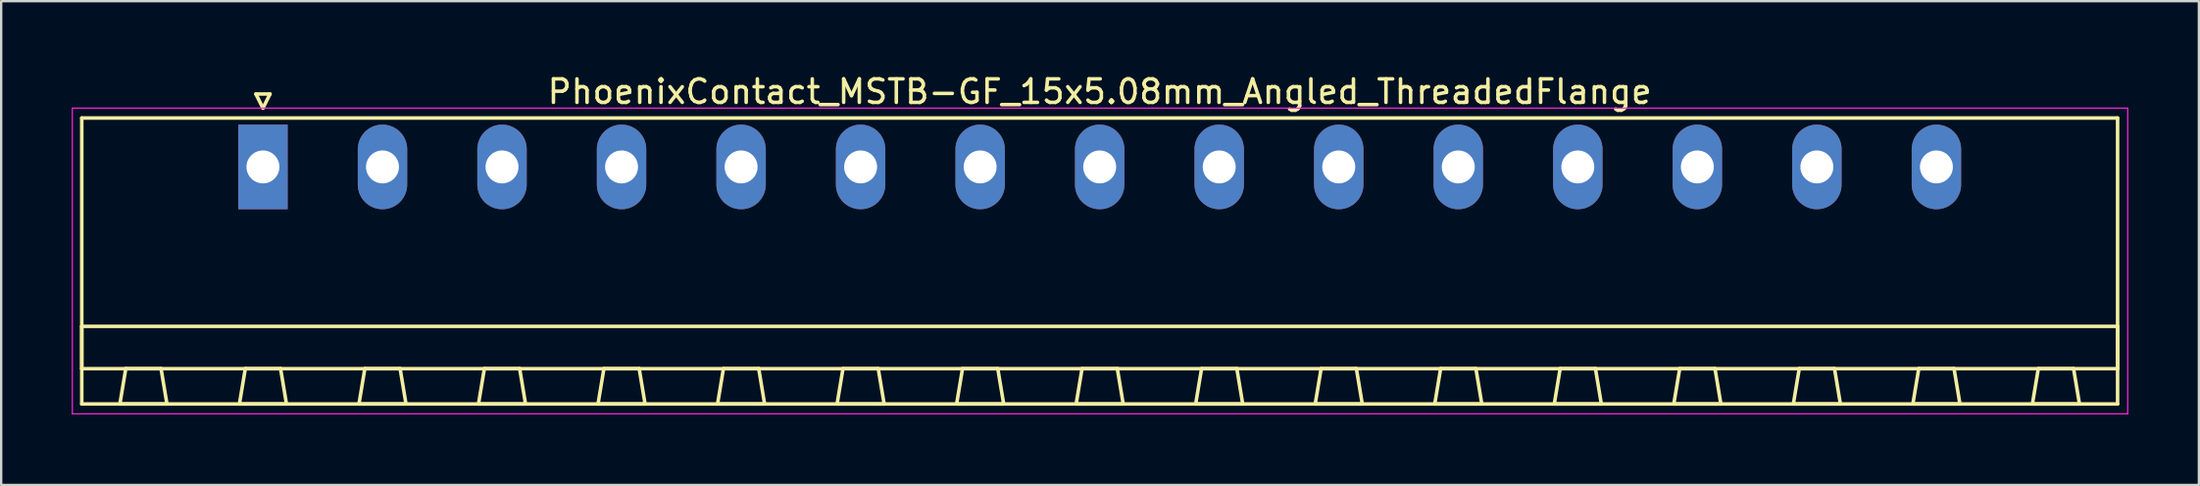
<source format=kicad_pcb>
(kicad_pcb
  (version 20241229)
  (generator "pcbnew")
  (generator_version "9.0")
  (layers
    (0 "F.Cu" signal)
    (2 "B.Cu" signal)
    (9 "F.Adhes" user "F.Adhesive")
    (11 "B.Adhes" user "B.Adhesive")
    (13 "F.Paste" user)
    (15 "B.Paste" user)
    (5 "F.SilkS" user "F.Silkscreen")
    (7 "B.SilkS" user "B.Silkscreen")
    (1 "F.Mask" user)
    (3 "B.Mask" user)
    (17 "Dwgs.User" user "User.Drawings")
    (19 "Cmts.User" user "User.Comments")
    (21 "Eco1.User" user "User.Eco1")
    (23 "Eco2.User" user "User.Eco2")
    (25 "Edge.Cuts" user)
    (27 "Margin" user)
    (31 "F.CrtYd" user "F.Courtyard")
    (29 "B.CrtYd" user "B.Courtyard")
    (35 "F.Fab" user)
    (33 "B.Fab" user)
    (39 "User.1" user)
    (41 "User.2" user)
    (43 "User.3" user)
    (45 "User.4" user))
  (footprint "PhoenixContact_MSTB-GF_15x5.08mm_Angled_ThreadedFlange"
    (layer "F.Cu")
    (at 8.125 4.048)
    (property "Reference" "PhoenixContact_MSTB-GF_15x5.08mm_Angled_ThreadedFlange" (at 35.56 -3.2 0) (layer "F.SilkS") (effects (font (size 1 1) (thickness 0.15))))
    (attr through_hole)
    (fp_line (start -7.7 -2.08) (end -7.7 10.08) (stroke (width 0.15) (type solid)) (layer "F.SilkS"))
    (fp_line (start -7.7 6.78) (end 78.82 6.78) (stroke (width 0.15) (type solid)) (layer "F.SilkS"))
    (fp_line (start -7.7 8.58) (end -7.7 6.78) (stroke (width 0.15) (type solid)) (layer "F.SilkS"))
    (fp_line (start -7.7 10.08) (end 78.82 10.08) (stroke (width 0.15) (type solid)) (layer "F.SilkS"))
    (fp_line (start -6.08 10.08) (end -4.08 10.08) (stroke (width 0.15) (type solid)) (layer "F.SilkS"))
    (fp_line (start -5.83 8.58) (end -6.08 10.08) (stroke (width 0.15) (type solid)) (layer "F.SilkS"))
    (fp_line (start -4.33 8.58) (end -5.83 8.58) (stroke (width 0.15) (type solid)) (layer "F.SilkS"))
    (fp_line (start -4.08 10.08) (end -4.33 8.58) (stroke (width 0.15) (type solid)) (layer "F.SilkS"))
    (fp_line (start -1 10.08) (end 1 10.08) (stroke (width 0.15) (type solid)) (layer "F.SilkS"))
    (fp_line (start -0.75 8.58) (end -1 10.08) (stroke (width 0.15) (type solid)) (layer "F.SilkS"))
    (fp_line (start -0.3 -3.1) (end 0 -2.5) (stroke (width 0.15) (type solid)) (layer "F.SilkS"))
    (fp_line (start 0 -2.5) (end 0.3 -3.1) (stroke (width 0.15) (type solid)) (layer "F.SilkS"))
    (fp_line (start 0.3 -3.1) (end -0.3 -3.1) (stroke (width 0.15) (type solid)) (layer "F.SilkS"))
    (fp_line (start 0.75 8.58) (end -0.75 8.58) (stroke (width 0.15) (type solid)) (layer "F.SilkS"))
    (fp_line (start 1 10.08) (end 0.75 8.58) (stroke (width 0.15) (type solid)) (layer "F.SilkS"))
    (fp_line (start 4.08 10.08) (end 6.08 10.08) (stroke (width 0.15) (type solid)) (layer "F.SilkS"))
    (fp_line (start 4.33 8.58) (end 4.08 10.08) (stroke (width 0.15) (type solid)) (layer "F.SilkS"))
    (fp_line (start 5.83 8.58) (end 4.33 8.58) (stroke (width 0.15) (type solid)) (layer "F.SilkS"))
    (fp_line (start 6.08 10.08) (end 5.83 8.58) (stroke (width 0.15) (type solid)) (layer "F.SilkS"))
    (fp_line (start 9.16 10.08) (end 11.16 10.08) (stroke (width 0.15) (type solid)) (layer "F.SilkS"))
    (fp_line (start 9.41 8.58) (end 9.16 10.08) (stroke (width 0.15) (type solid)) (layer "F.SilkS"))
    (fp_line (start 10.91 8.58) (end 9.41 8.58) (stroke (width 0.15) (type solid)) (layer "F.SilkS"))
    (fp_line (start 11.16 10.08) (end 10.91 8.58) (stroke (width 0.15) (type solid)) (layer "F.SilkS"))
    (fp_line (start 14.24 10.08) (end 16.24 10.08) (stroke (width 0.15) (type solid)) (layer "F.SilkS"))
    (fp_line (start 14.49 8.58) (end 14.24 10.08) (stroke (width 0.15) (type solid)) (layer "F.SilkS"))
    (fp_line (start 15.99 8.58) (end 14.49 8.58) (stroke (width 0.15) (type solid)) (layer "F.SilkS"))
    (fp_line (start 16.24 10.08) (end 15.99 8.58) (stroke (width 0.15) (type solid)) (layer "F.SilkS"))
    (fp_line (start 19.32 10.08) (end 21.32 10.08) (stroke (width 0.15) (type solid)) (layer "F.SilkS"))
    (fp_line (start 19.57 8.58) (end 19.32 10.08) (stroke (width 0.15) (type solid)) (layer "F.SilkS"))
    (fp_line (start 21.07 8.58) (end 19.57 8.58) (stroke (width 0.15) (type solid)) (layer "F.SilkS"))
    (fp_line (start 21.32 10.08) (end 21.07 8.58) (stroke (width 0.15) (type solid)) (layer "F.SilkS"))
    (fp_line (start 24.4 10.08) (end 26.4 10.08) (stroke (width 0.15) (type solid)) (layer "F.SilkS"))
    (fp_line (start 24.65 8.58) (end 24.4 10.08) (stroke (width 0.15) (type solid)) (layer "F.SilkS"))
    (fp_line (start 26.15 8.58) (end 24.65 8.58) (stroke (width 0.15) (type solid)) (layer "F.SilkS"))
    (fp_line (start 26.4 10.08) (end 26.15 8.58) (stroke (width 0.15) (type solid)) (layer "F.SilkS"))
    (fp_line (start 29.48 10.08) (end 31.48 10.08) (stroke (width 0.15) (type solid)) (layer "F.SilkS"))
    (fp_line (start 29.73 8.58) (end 29.48 10.08) (stroke (width 0.15) (type solid)) (layer "F.SilkS"))
    (fp_line (start 31.23 8.58) (end 29.73 8.58) (stroke (width 0.15) (type solid)) (layer "F.SilkS"))
    (fp_line (start 31.48 10.08) (end 31.23 8.58) (stroke (width 0.15) (type solid)) (layer "F.SilkS"))
    (fp_line (start 34.56 10.08) (end 36.56 10.08) (stroke (width 0.15) (type solid)) (layer "F.SilkS"))
    (fp_line (start 34.81 8.58) (end 34.56 10.08) (stroke (width 0.15) (type solid)) (layer "F.SilkS"))
    (fp_line (start 36.31 8.58) (end 34.81 8.58) (stroke (width 0.15) (type solid)) (layer "F.SilkS"))
    (fp_line (start 36.56 10.08) (end 36.31 8.58) (stroke (width 0.15) (type solid)) (layer "F.SilkS"))
    (fp_line (start 39.64 10.08) (end 41.64 10.08) (stroke (width 0.15) (type solid)) (layer "F.SilkS"))
    (fp_line (start 39.89 8.58) (end 39.64 10.08) (stroke (width 0.15) (type solid)) (layer "F.SilkS"))
    (fp_line (start 41.39 8.58) (end 39.89 8.58) (stroke (width 0.15) (type solid)) (layer "F.SilkS"))
    (fp_line (start 41.64 10.08) (end 41.39 8.58) (stroke (width 0.15) (type solid)) (layer "F.SilkS"))
    (fp_line (start 44.72 10.08) (end 46.72 10.08) (stroke (width 0.15) (type solid)) (layer "F.SilkS"))
    (fp_line (start 44.97 8.58) (end 44.72 10.08) (stroke (width 0.15) (type solid)) (layer "F.SilkS"))
    (fp_line (start 46.47 8.58) (end 44.97 8.58) (stroke (width 0.15) (type solid)) (layer "F.SilkS"))
    (fp_line (start 46.72 10.08) (end 46.47 8.58) (stroke (width 0.15) (type solid)) (layer "F.SilkS"))
    (fp_line (start 49.8 10.08) (end 51.8 10.08) (stroke (width 0.15) (type solid)) (layer "F.SilkS"))
    (fp_line (start 50.05 8.58) (end 49.8 10.08) (stroke (width 0.15) (type solid)) (layer "F.SilkS"))
    (fp_line (start 51.55 8.58) (end 50.05 8.58) (stroke (width 0.15) (type solid)) (layer "F.SilkS"))
    (fp_line (start 51.8 10.08) (end 51.55 8.58) (stroke (width 0.15) (type solid)) (layer "F.SilkS"))
    (fp_line (start 54.88 10.08) (end 56.88 10.08) (stroke (width 0.15) (type solid)) (layer "F.SilkS"))
    (fp_line (start 55.13 8.58) (end 54.88 10.08) (stroke (width 0.15) (type solid)) (layer "F.SilkS"))
    (fp_line (start 56.63 8.58) (end 55.13 8.58) (stroke (width 0.15) (type solid)) (layer "F.SilkS"))
    (fp_line (start 56.88 10.08) (end 56.63 8.58) (stroke (width 0.15) (type solid)) (layer "F.SilkS"))
    (fp_line (start 59.96 10.08) (end 61.96 10.08) (stroke (width 0.15) (type solid)) (layer "F.SilkS"))
    (fp_line (start 60.21 8.58) (end 59.96 10.08) (stroke (width 0.15) (type solid)) (layer "F.SilkS"))
    (fp_line (start 61.71 8.58) (end 60.21 8.58) (stroke (width 0.15) (type solid)) (layer "F.SilkS"))
    (fp_line (start 61.96 10.08) (end 61.71 8.58) (stroke (width 0.15) (type solid)) (layer "F.SilkS"))
    (fp_line (start 65.04 10.08) (end 67.04 10.08) (stroke (width 0.15) (type solid)) (layer "F.SilkS"))
    (fp_line (start 65.29 8.58) (end 65.04 10.08) (stroke (width 0.15) (type solid)) (layer "F.SilkS"))
    (fp_line (start 66.79 8.58) (end 65.29 8.58) (stroke (width 0.15) (type solid)) (layer "F.SilkS"))
    (fp_line (start 67.04 10.08) (end 66.79 8.58) (stroke (width 0.15) (type solid)) (layer "F.SilkS"))
    (fp_line (start 70.12 10.08) (end 72.12 10.08) (stroke (width 0.15) (type solid)) (layer "F.SilkS"))
    (fp_line (start 70.37 8.58) (end 70.12 10.08) (stroke (width 0.15) (type solid)) (layer "F.SilkS"))
    (fp_line (start 71.87 8.58) (end 70.37 8.58) (stroke (width 0.15) (type solid)) (layer "F.SilkS"))
    (fp_line (start 72.12 10.08) (end 71.87 8.58) (stroke (width 0.15) (type solid)) (layer "F.SilkS"))
    (fp_line (start 75.2 10.08) (end 77.2 10.08) (stroke (width 0.15) (type solid)) (layer "F.SilkS"))
    (fp_line (start 75.45 8.58) (end 75.2 10.08) (stroke (width 0.15) (type solid)) (layer "F.SilkS"))
    (fp_line (start 76.95 8.58) (end 75.45 8.58) (stroke (width 0.15) (type solid)) (layer "F.SilkS"))
    (fp_line (start 77.2 10.08) (end 76.95 8.58) (stroke (width 0.15) (type solid)) (layer "F.SilkS"))
    (fp_line (start 78.82 -2.08) (end -7.7 -2.08) (stroke (width 0.15) (type solid)) (layer "F.SilkS"))
    (fp_line (start 78.82 6.78) (end 78.82 8.58) (stroke (width 0.15) (type solid)) (layer "F.SilkS"))
    (fp_line (start 78.82 8.58) (end -7.7 8.58) (stroke (width 0.15) (type solid)) (layer "F.SilkS"))
    (fp_line (start 78.82 10.08) (end 78.82 -2.08) (stroke (width 0.15) (type solid)) (layer "F.SilkS"))
    (fp_line (start -8.1 -2.5) (end -8.1 10.5) (stroke (width 0.05) (type solid)) (layer "F.CrtYd"))
    (fp_line (start -8.1 10.5) (end 79.25 10.5) (stroke (width 0.05) (type solid)) (layer "F.CrtYd"))
    (fp_line (start 79.25 -2.5) (end -8.1 -2.5) (stroke (width 0.05) (type solid)) (layer "F.CrtYd"))
    (fp_line (start 79.25 10.5) (end 79.25 -2.5) (stroke (width 0.05) (type solid)) (layer "F.CrtYd"))
    (pad "1" thru_hole rect (at 0 0) (size 2.1 3.6) (drill 1.4) (layers "*.Cu" "*.Mask"))
    (pad "2" thru_hole oval (at 5.08 0) (size 2.1 3.6) (drill 1.4) (layers "*.Cu" "*.Mask"))
    (pad "3" thru_hole oval (at 10.16 0) (size 2.1 3.6) (drill 1.4) (layers "*.Cu" "*.Mask"))
    (pad "4" thru_hole oval (at 15.24 0) (size 2.1 3.6) (drill 1.4) (layers "*.Cu" "*.Mask"))
    (pad "5" thru_hole oval (at 20.32 0) (size 2.1 3.6) (drill 1.4) (layers "*.Cu" "*.Mask"))
    (pad "6" thru_hole oval (at 25.4 0) (size 2.1 3.6) (drill 1.4) (layers "*.Cu" "*.Mask"))
    (pad "7" thru_hole oval (at 30.48 0) (size 2.1 3.6) (drill 1.4) (layers "*.Cu" "*.Mask"))
    (pad "8" thru_hole oval (at 35.56 0) (size 2.1 3.6) (drill 1.4) (layers "*.Cu" "*.Mask"))
    (pad "9" thru_hole oval (at 40.64 0) (size 2.1 3.6) (drill 1.4) (layers "*.Cu" "*.Mask"))
    (pad "10" thru_hole oval (at 45.72 0) (size 2.1 3.6) (drill 1.4) (layers "*.Cu" "*.Mask"))
    (pad "11" thru_hole oval (at 50.8 0) (size 2.1 3.6) (drill 1.4) (layers "*.Cu" "*.Mask"))
    (pad "12" thru_hole oval (at 55.88 0) (size 2.1 3.6) (drill 1.4) (layers "*.Cu" "*.Mask"))
    (pad "13" thru_hole oval (at 60.96 0) (size 2.1 3.6) (drill 1.4) (layers "*.Cu" "*.Mask"))
    (pad "14" thru_hole oval (at 66.04 0) (size 2.1 3.6) (drill 1.4) (layers "*.Cu" "*.Mask"))
    (pad "15" thru_hole oval (at 71.12 0) (size 2.1 3.6) (drill 1.4) (layers "*.Cu" "*.Mask")))
  (gr_rect
    (start -3 -3)
    (end 90.4 17.573)
    (stroke (width 0.1) (type default))
    (fill no)
    (layer "Edge.Cuts")))
</source>
